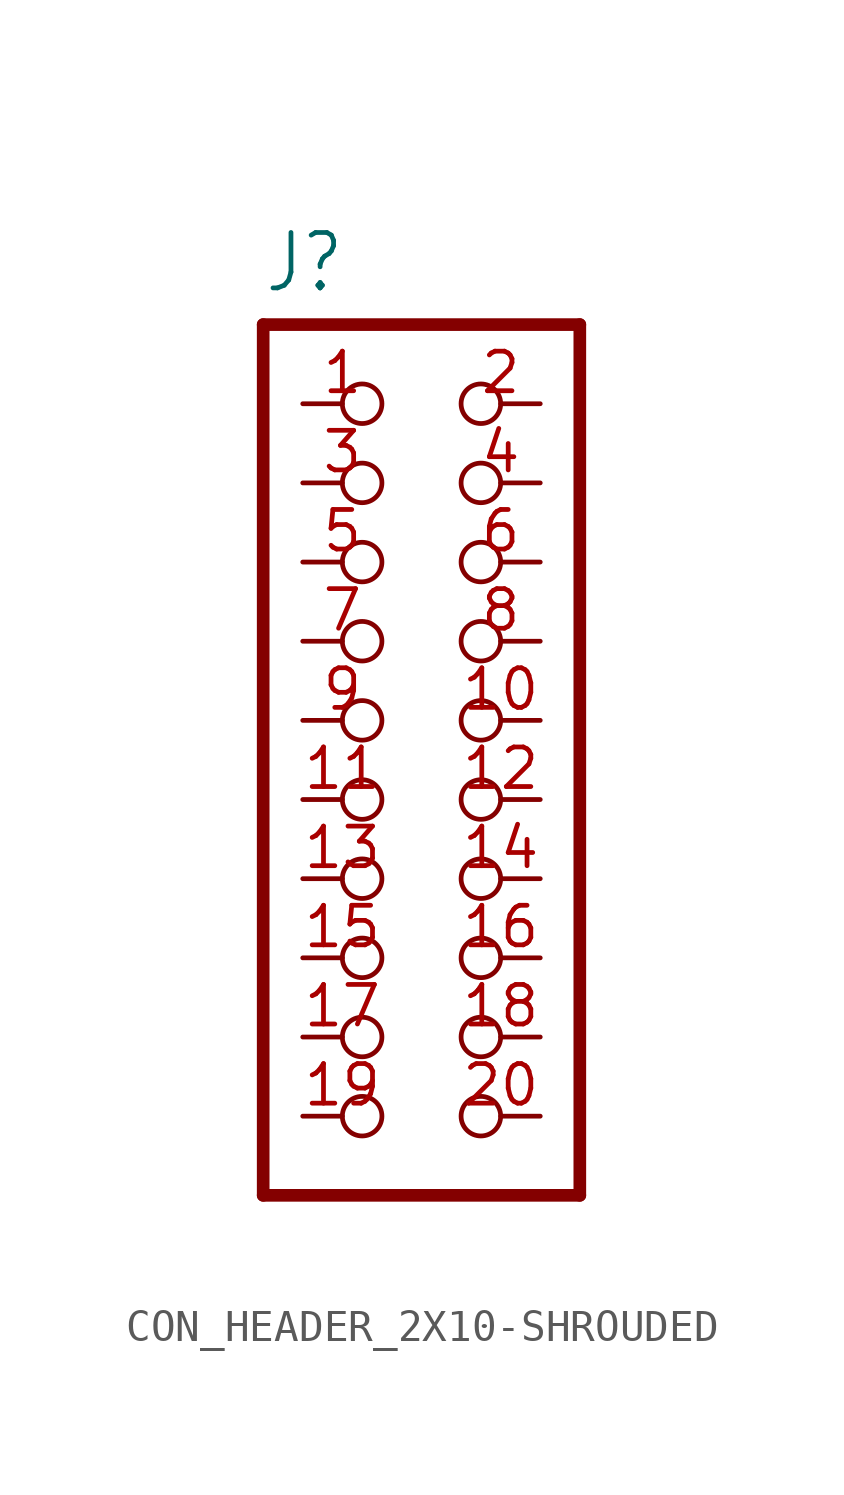
<source format=kicad_sym>
(kicad_symbol_lib
  (version 20220914)
  (generator kicad_symbol_editor)
  (symbol "CON_HEADER_2X10-SHROUDED"
    (property "Reference" "J"
      (at -1.27 13.652 0)
      (effects (font (size 1.778 1.511)) (justify left bottom)))
    (property "ki_locked" ""
      (at 0 0 0)
      (effects (font (size 1.27 1.27))))
    (symbol "CON_HEADER_2X10-SHROUDED_1_0"
      (polyline (pts (xy -1.27 -15.24) (xy -1.27 12.7)) (stroke (width 0.406) (type solid)) (fill (type none)))
      (polyline (pts (xy -1.27 12.7) (xy 8.89 12.7)) (stroke (width 0.406) (type solid)) (fill (type none)))
      (polyline (pts (xy 8.89 -15.24) (xy -1.27 -15.24)) (stroke (width 0.406) (type solid)) (fill (type none)))
      (polyline (pts (xy 8.89 12.7) (xy 8.89 -15.24)) (stroke (width 0.406) (type solid)) (fill (type none)))
      (pin passive inverted (at 0 10.16 0) (length 2.54) (name "1" (effects (font (size 0 0)))) (number "1" (effects (font (size 1.27 1.27)))))
      (pin passive inverted (at 7.62 0 180) (length 2.54) (name "10" (effects (font (size 0 0)))) (number "10" (effects (font (size 1.27 1.27)))))
      (pin passive inverted (at 0 -2.54 0) (length 2.54) (name "11" (effects (font (size 0 0)))) (number "11" (effects (font (size 1.27 1.27)))))
      (pin passive inverted (at 7.62 -2.54 180) (length 2.54) (name "12" (effects (font (size 0 0)))) (number "12" (effects (font (size 1.27 1.27)))))
      (pin passive inverted (at 0 -5.08 0) (length 2.54) (name "13" (effects (font (size 0 0)))) (number "13" (effects (font (size 1.27 1.27)))))
      (pin passive inverted (at 7.62 -5.08 180) (length 2.54) (name "14" (effects (font (size 0 0)))) (number "14" (effects (font (size 1.27 1.27)))))
      (pin passive inverted (at 0 -7.62 0) (length 2.54) (name "15" (effects (font (size 0 0)))) (number "15" (effects (font (size 1.27 1.27)))))
      (pin passive inverted (at 7.62 -7.62 180) (length 2.54) (name "16" (effects (font (size 0 0)))) (number "16" (effects (font (size 1.27 1.27)))))
      (pin passive inverted (at 0 -10.16 0) (length 2.54) (name "17" (effects (font (size 0 0)))) (number "17" (effects (font (size 1.27 1.27)))))
      (pin passive inverted (at 7.62 -10.16 180) (length 2.54) (name "18" (effects (font (size 0 0)))) (number "18" (effects (font (size 1.27 1.27)))))
      (pin passive inverted (at 0 -12.7 0) (length 2.54) (name "19" (effects (font (size 0 0)))) (number "19" (effects (font (size 1.27 1.27)))))
      (pin passive inverted (at 7.62 10.16 180) (length 2.54) (name "2" (effects (font (size 0 0)))) (number "2" (effects (font (size 1.27 1.27)))))
      (pin passive inverted (at 7.62 -12.7 180) (length 2.54) (name "20" (effects (font (size 0 0)))) (number "20" (effects (font (size 1.27 1.27)))))
      (pin passive inverted (at 0 7.62 0) (length 2.54) (name "3" (effects (font (size 0 0)))) (number "3" (effects (font (size 1.27 1.27)))))
      (pin passive inverted (at 7.62 7.62 180) (length 2.54) (name "4" (effects (font (size 0 0)))) (number "4" (effects (font (size 1.27 1.27)))))
      (pin passive inverted (at 0 5.08 0) (length 2.54) (name "5" (effects (font (size 0 0)))) (number "5" (effects (font (size 1.27 1.27)))))
      (pin passive inverted (at 7.62 5.08 180) (length 2.54) (name "6" (effects (font (size 0 0)))) (number "6" (effects (font (size 1.27 1.27)))))
      (pin passive inverted (at 0 2.54 0) (length 2.54) (name "7" (effects (font (size 0 0)))) (number "7" (effects (font (size 1.27 1.27)))))
      (pin passive inverted (at 7.62 2.54 180) (length 2.54) (name "8" (effects (font (size 0 0)))) (number "8" (effects (font (size 1.27 1.27)))))
      (pin passive inverted (at 0 0 0) (length 2.54) (name "9" (effects (font (size 0 0)))) (number "9" (effects (font (size 1.27 1.27))))))))
</source>
